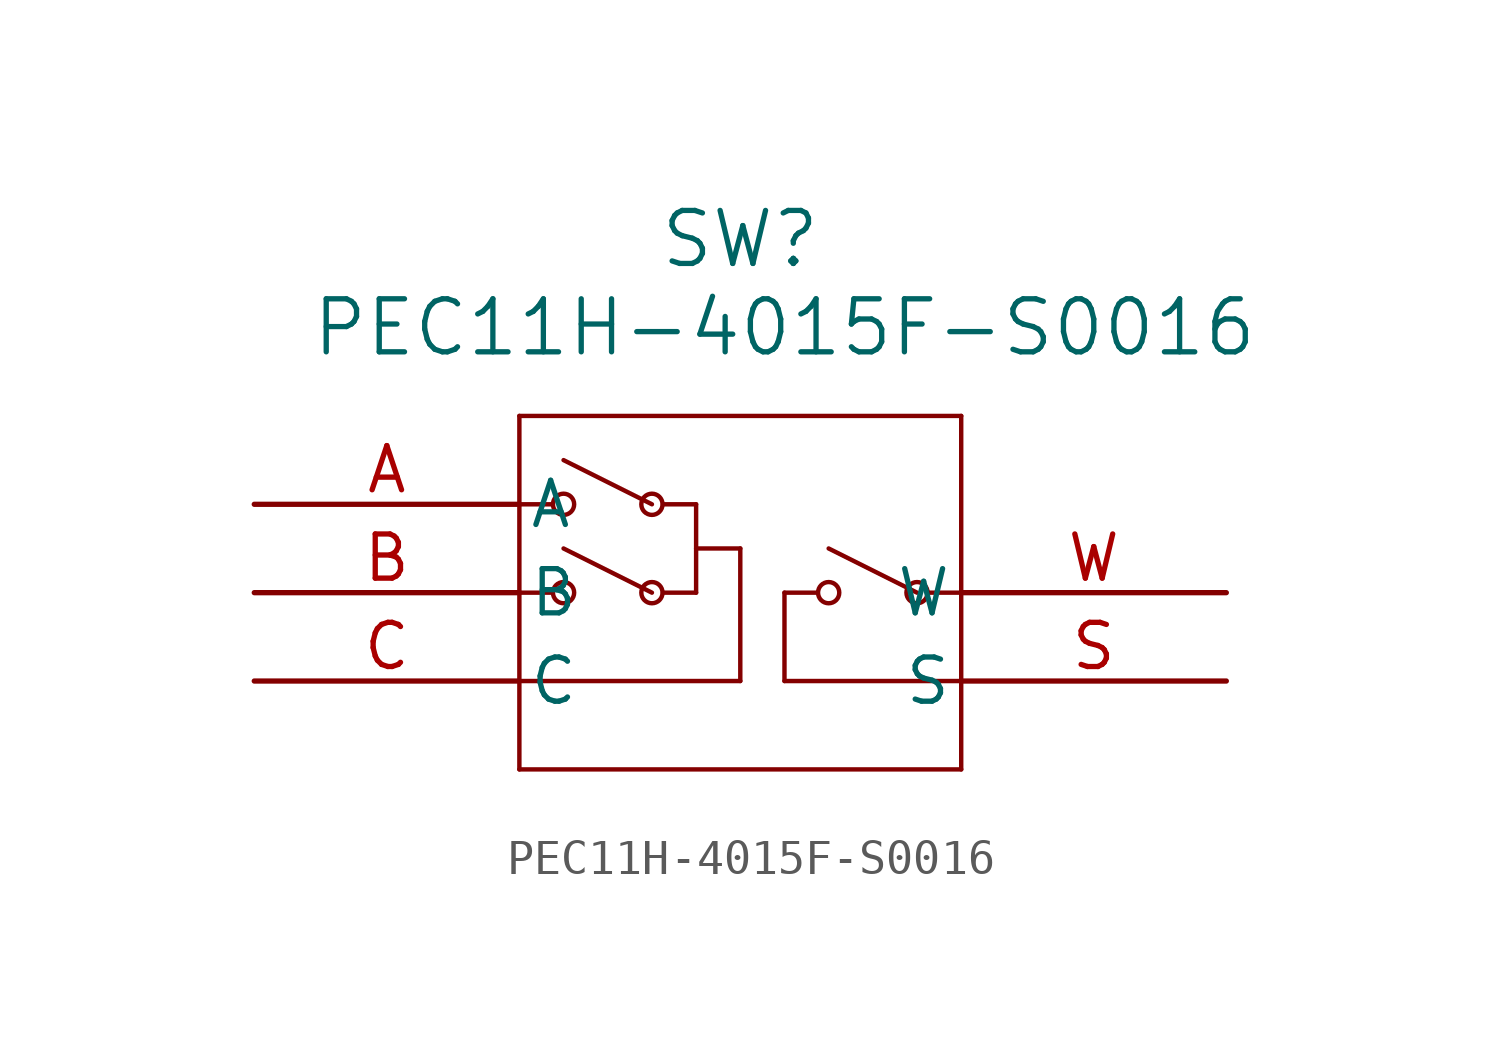
<source format=kicad_sym>
(kicad_symbol_lib
  (version 20211014)
  (generator kicad_symbol_editor)
  (symbol "PEC11H-4015F-S0016"
    (pin_names
      (offset 0.254))
    (property "Reference" "SW"
      (at 13.97 7.62 0)
      (effects (font (size 1.524 1.524))))
    (property "Value" "PEC11H-4015F-S0016"
      (at 15.24 5.08 0)
      (effects (font (size 1.524 1.524))))
    (symbol "PEC11H-4015F-S0016_0_1"
      (polyline (pts (xy 7.62 2.54) (xy 7.62 -7.62)) (stroke (width 0.127) (type default) (color 0 0 0 0)) (fill (type none)))
      (polyline (pts (xy 7.62 -7.62) (xy 20.32 -7.62)) (stroke (width 0.127) (type default) (color 0 0 0 0)) (fill (type none)))
      (polyline (pts (xy 20.32 -7.62) (xy 20.32 2.54)) (stroke (width 0.127) (type default) (color 0 0 0 0)) (fill (type none)))
      (polyline (pts (xy 20.32 2.54) (xy 7.62 2.54)) (stroke (width 0.127) (type default) (color 0 0 0 0)) (fill (type none)))
      (polyline (pts (xy 7.62 -2.54) (xy 8.572 -2.54)) (stroke (width 0.127) (type default) (color 0 0 0 0)) (fill (type none)))
      (polyline (pts (xy 7.62 0) (xy 8.572 0)) (stroke (width 0.127) (type default) (color 0 0 0 0)) (fill (type none)))
      (polyline (pts (xy 11.748 0) (xy 12.7 0)) (stroke (width 0.127) (type default) (color 0 0 0 0)) (fill (type none)))
      (polyline (pts (xy 11.748 -2.54) (xy 12.7 -2.54)) (stroke (width 0.127) (type default) (color 0 0 0 0)) (fill (type none)))
      (polyline (pts (xy 12.7 -2.54) (xy 12.7 0)) (stroke (width 0.127) (type default) (color 0 0 0 0)) (fill (type none)))
      (polyline (pts (xy 12.7 -1.27) (xy 13.97 -1.27)) (stroke (width 0.127) (type default) (color 0 0 0 0)) (fill (type none)))
      (polyline (pts (xy 13.97 -1.27) (xy 13.97 -5.08)) (stroke (width 0.127) (type default) (color 0 0 0 0)) (fill (type none)))
      (polyline (pts (xy 13.97 -5.08) (xy 7.62 -5.08)) (stroke (width 0.127) (type default) (color 0 0 0 0)) (fill (type none)))
      (circle (center 8.89 0) (radius 0.305) (stroke (width 0.127) (type default) (color 0 0 0 0)) (fill (type none)))
      (circle (center 8.89 -2.54) (radius 0.305) (stroke (width 0.127) (type default) (color 0 0 0 0)) (fill (type none)))
      (circle (center 11.43 -2.54) (radius 0.305) (stroke (width 0.127) (type default) (color 0 0 0 0)) (fill (type none)))
      (circle (center 11.43 0) (radius 0.305) (stroke (width 0.127) (type default) (color 0 0 0 0)) (fill (type none)))
      (polyline (pts (xy 11.43 0) (xy 8.89 1.27)) (stroke (width 0.127) (type default) (color 0 0 0 0)) (fill (type none)))
      (polyline (pts (xy 11.43 -2.54) (xy 8.89 -1.27)) (stroke (width 0.127) (type default) (color 0 0 0 0)) (fill (type none)))
      (polyline (pts (xy 20.32 -5.08) (xy 15.24 -5.08)) (stroke (width 0.127) (type default) (color 0 0 0 0)) (fill (type none)))
      (polyline (pts (xy 15.24 -5.08) (xy 15.24 -2.54)) (stroke (width 0.127) (type default) (color 0 0 0 0)) (fill (type none)))
      (polyline (pts (xy 15.24 -2.54) (xy 16.192 -2.54)) (stroke (width 0.127) (type default) (color 0 0 0 0)) (fill (type none)))
      (polyline (pts (xy 19.367 -2.54) (xy 20.32 -2.54)) (stroke (width 0.127) (type default) (color 0 0 0 0)) (fill (type none)))
      (circle (center 16.51 -2.54) (radius 0.305) (stroke (width 0.127) (type default) (color 0 0 0 0)) (fill (type none)))
      (circle (center 19.05 -2.54) (radius 0.305) (stroke (width 0.127) (type default) (color 0 0 0 0)) (fill (type none)))
      (polyline (pts (xy 19.05 -2.54) (xy 16.51 -1.27)) (stroke (width 0.127) (type default) (color 0 0 0 0)) (fill (type none)))
      (pin unspecified line (at 0 0 0) (length 7.62) (name "A" (effects (font (size 1.27 1.27)))) (number "A" (effects (font (size 1.27 1.27)))))
      (pin unspecified line (at 0 -2.54 0) (length 7.62) (name "B" (effects (font (size 1.27 1.27)))) (number "B" (effects (font (size 1.27 1.27)))))
      (pin unspecified line (at 0 -5.08 0) (length 7.62) (name "C" (effects (font (size 1.27 1.27)))) (number "C" (effects (font (size 1.27 1.27)))))
      (pin unspecified line (at 27.94 -5.08 180) (length 7.62) (name "S" (effects (font (size 1.27 1.27)))) (number "S" (effects (font (size 1.27 1.27)))))
      (pin unspecified line (at 27.94 -2.54 180) (length 7.62) (name "W" (effects (font (size 1.27 1.27)))) (number "W" (effects (font (size 1.27 1.27))))))))
</source>
